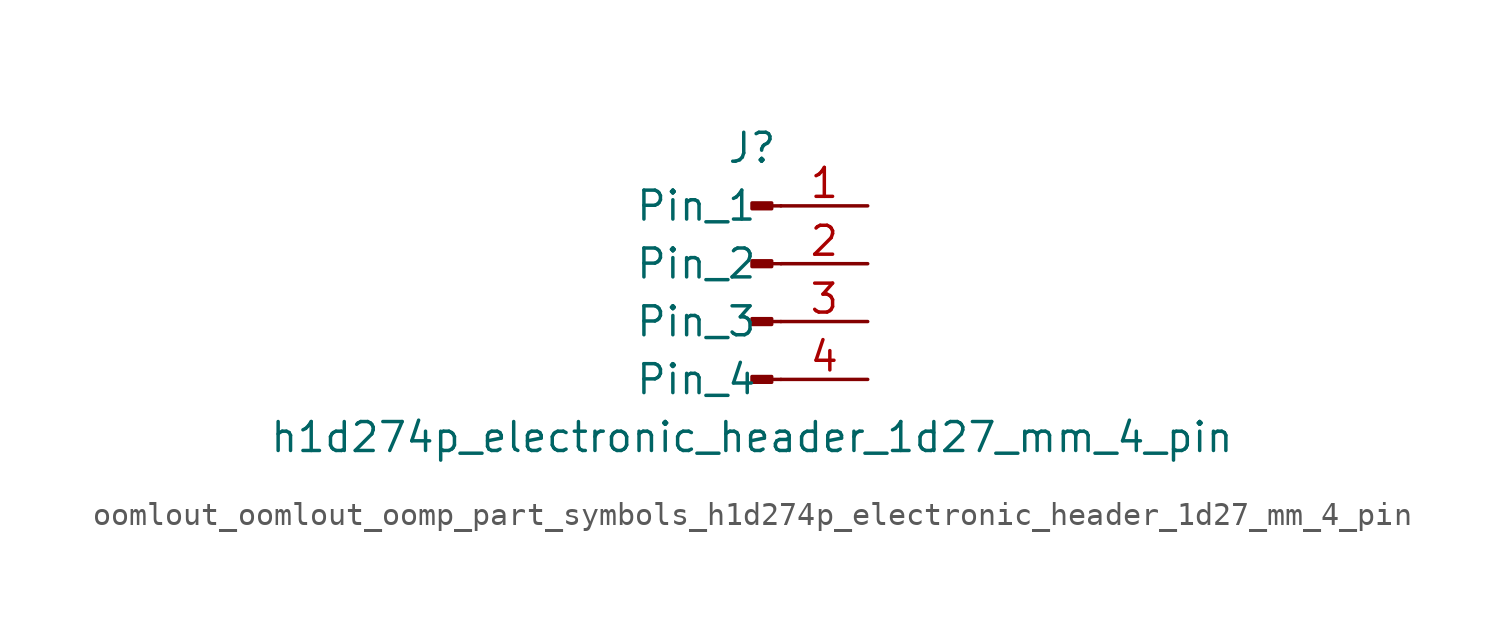
<source format=kicad_sym>
(kicad_symbol_lib
  (version 20220914)
  (generator kicad_symbol_editor)
  (symbol "oomlout_oomlout_oomp_part_symbols_h1d274p_electronic_header_1d27_mm_4_pin"
    (pin_names
      (offset 1.016))
    (property "Reference" "J"
      (at 0 5.08 0)
      (effects (font (size 1.27 1.27))))
    (property "Value" "h1d274p_electronic_header_1d27_mm_4_pin"
      (at 0 -7.62 0)
      (effects (font (size 1.27 1.27))))
    (property "ki_locked" ""
      (at 0 0 0)
      (effects (font (size 1.27 1.27))))
    (symbol "oomlout_oomlout_oomp_part_symbols_h1d274p_electronic_header_1d27_mm_4_pin_1_1"
      (polyline (pts (xy 1.27 -5.08) (xy 0.864 -5.08)) (stroke (width 0.152) (type default)) (fill (type none)))
      (polyline (pts (xy 1.27 -2.54) (xy 0.864 -2.54)) (stroke (width 0.152) (type default)) (fill (type none)))
      (polyline (pts (xy 1.27 0) (xy 0.864 0)) (stroke (width 0.152) (type default)) (fill (type none)))
      (polyline (pts (xy 1.27 2.54) (xy 0.864 2.54)) (stroke (width 0.152) (type default)) (fill (type none)))
      (rectangle (start 0.864 -4.953) (end 0 -5.207) (stroke (width 0.152) (type default)) (fill (type outline)))
      (rectangle (start 0.864 -2.413) (end 0 -2.667) (stroke (width 0.152) (type default)) (fill (type outline)))
      (rectangle (start 0.864 0.127) (end 0 -0.127) (stroke (width 0.152) (type default)) (fill (type outline)))
      (rectangle (start 0.864 2.667) (end 0 2.413) (stroke (width 0.152) (type default)) (fill (type outline)))
      (pin passive line (at 5.08 2.54 180) (length 3.81) (name "Pin_1" (effects (font (size 1.27 1.27)))) (number "1" (effects (font (size 1.27 1.27)))))
      (pin passive line (at 5.08 0 180) (length 3.81) (name "Pin_2" (effects (font (size 1.27 1.27)))) (number "2" (effects (font (size 1.27 1.27)))))
      (pin passive line (at 5.08 -2.54 180) (length 3.81) (name "Pin_3" (effects (font (size 1.27 1.27)))) (number "3" (effects (font (size 1.27 1.27)))))
      (pin passive line (at 5.08 -5.08 180) (length 3.81) (name "Pin_4" (effects (font (size 1.27 1.27)))) (number "4" (effects (font (size 1.27 1.27))))))))
</source>
